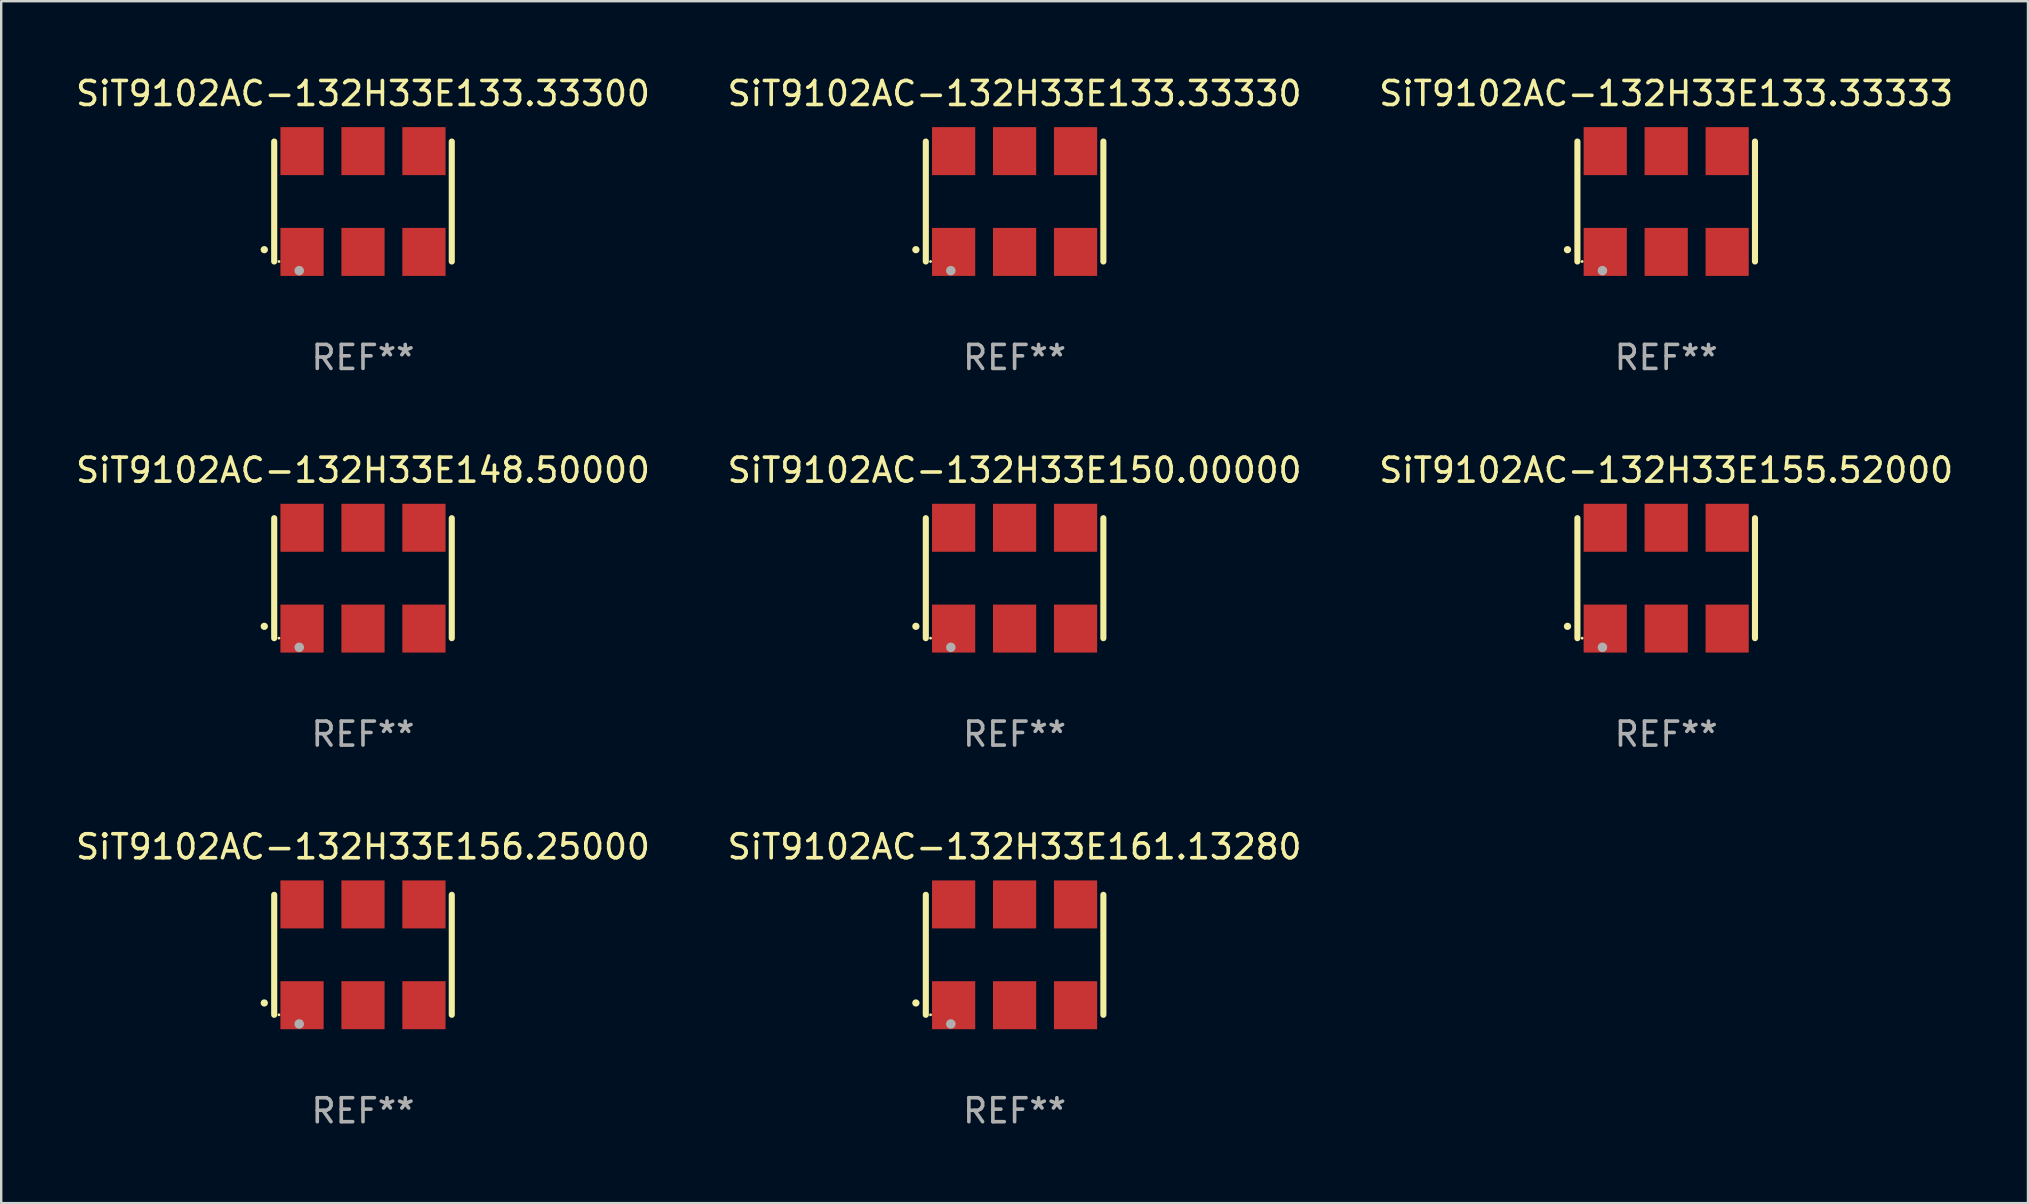
<source format=kicad_pcb>
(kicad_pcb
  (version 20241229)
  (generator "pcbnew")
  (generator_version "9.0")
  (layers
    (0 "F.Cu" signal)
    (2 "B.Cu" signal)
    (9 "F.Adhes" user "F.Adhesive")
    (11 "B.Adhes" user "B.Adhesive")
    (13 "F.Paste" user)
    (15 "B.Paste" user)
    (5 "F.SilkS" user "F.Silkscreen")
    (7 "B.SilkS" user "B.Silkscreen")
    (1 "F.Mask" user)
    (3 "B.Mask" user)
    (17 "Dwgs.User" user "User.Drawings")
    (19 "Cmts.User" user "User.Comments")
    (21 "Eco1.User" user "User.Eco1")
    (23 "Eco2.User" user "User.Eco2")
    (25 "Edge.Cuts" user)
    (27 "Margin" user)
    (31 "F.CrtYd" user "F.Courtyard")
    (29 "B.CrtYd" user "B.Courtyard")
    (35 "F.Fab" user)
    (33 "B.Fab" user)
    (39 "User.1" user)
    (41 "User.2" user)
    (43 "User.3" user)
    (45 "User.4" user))
  (footprint "SiT9102AC-132H33E161.13280"
    (layer "F.Cu")
    (at 39.232 36.741)
    (property "Reference" "SiT9102AC-132H33E161.13280" (at 0 -4.5 0) (layer "F.SilkS") (effects (font (size 1 1) (thickness 0.15))))
    (attr through_hole)
    (fp_line (start -3.7 -2.5) (end -3.7 2.5) (stroke (width 0.254) (type solid)) (layer "F.SilkS"))
    (fp_line (start 3.7 -2.5) (end 3.7 2.5) (stroke (width 0.254) (type solid)) (layer "F.SilkS"))
    (fp_arc (start -4.114415 2.006604) (mid -4.113145 2.006599) (end -4.111875 2.006604) (stroke (width 0.3) (type solid)) (layer "F.SilkS"))
    (fp_circle (center -3.502 2.5) (end -3.472 2.5) (stroke (width 0.06) (type solid)) (fill no) (layer "F.SilkS"))
    (fp_circle (center -2.657 2.882) (end -2.557 2.882) (stroke (width 0.2) (type solid)) (fill no) (layer "F.Fab"))
    (fp_text user "REF**" (at 0 6.5 0) (layer "F.Fab") (effects (font (size 1 1) (thickness 0.15))))
    (pad "1" smd rect (at -2.54 2.1) (size 1.8 2) (layers "F.Cu" "F.Mask" "F.Paste"))
    (pad "2" smd rect (at 0.000394 2.1) (size 1.8 2) (layers "F.Cu" "F.Mask" "F.Paste"))
    (pad "3" smd rect (at 2.54 2.1) (size 1.8 2) (layers "F.Cu" "F.Mask" "F.Paste"))
    (pad "4" smd rect (at 2.54 -2.1) (size 1.8 2) (layers "F.Cu" "F.Mask" "F.Paste"))
    (pad "5" smd rect (at 0.000394 -2.1) (size 1.8 2) (layers "F.Cu" "F.Mask" "F.Paste"))
    (pad "6" smd rect (at -2.54 -2.1) (size 1.8 2) (layers "F.Cu" "F.Mask" "F.Paste")))
  (footprint "SiT9102AC-132H33E133.33333"
    (layer "F.Cu")
    (at 66.387 5.348)
    (property "Reference" "SiT9102AC-132H33E133.33333" (at 0 -4.5 0) (layer "F.SilkS") (effects (font (size 1 1) (thickness 0.15))))
    (attr through_hole)
    (fp_line (start -3.7 -2.5) (end -3.7 2.5) (stroke (width 0.254) (type solid)) (layer "F.SilkS"))
    (fp_line (start 3.7 -2.5) (end 3.7 2.5) (stroke (width 0.254) (type solid)) (layer "F.SilkS"))
    (fp_arc (start -4.114415 2.006604) (mid -4.113145 2.006599) (end -4.111875 2.006604) (stroke (width 0.3) (type solid)) (layer "F.SilkS"))
    (fp_circle (center -3.502 2.5) (end -3.472 2.5) (stroke (width 0.06) (type solid)) (fill no) (layer "F.SilkS"))
    (fp_circle (center -2.657 2.882) (end -2.557 2.882) (stroke (width 0.2) (type solid)) (fill no) (layer "F.Fab"))
    (fp_text user "REF**" (at 0 6.5 0) (layer "F.Fab") (effects (font (size 1 1) (thickness 0.15))))
    (pad "1" smd rect (at -2.54 2.1) (size 1.8 2) (layers "F.Cu" "F.Mask" "F.Paste"))
    (pad "2" smd rect (at 0.000394 2.1) (size 1.8 2) (layers "F.Cu" "F.Mask" "F.Paste"))
    (pad "3" smd rect (at 2.54 2.1) (size 1.8 2) (layers "F.Cu" "F.Mask" "F.Paste"))
    (pad "4" smd rect (at 2.54 -2.1) (size 1.8 2) (layers "F.Cu" "F.Mask" "F.Paste"))
    (pad "5" smd rect (at 0.000394 -2.1) (size 1.8 2) (layers "F.Cu" "F.Mask" "F.Paste"))
    (pad "6" smd rect (at -2.54 -2.1) (size 1.8 2) (layers "F.Cu" "F.Mask" "F.Paste")))
  (footprint "SiT9102AC-132H33E156.25000"
    (layer "F.Cu")
    (at 12.077 36.741)
    (property "Reference" "SiT9102AC-132H33E156.25000" (at 0 -4.5 0) (layer "F.SilkS") (effects (font (size 1 1) (thickness 0.15))))
    (attr through_hole)
    (fp_line (start -3.7 -2.5) (end -3.7 2.5) (stroke (width 0.254) (type solid)) (layer "F.SilkS"))
    (fp_line (start 3.7 -2.5) (end 3.7 2.5) (stroke (width 0.254) (type solid)) (layer "F.SilkS"))
    (fp_arc (start -4.114415 2.006604) (mid -4.113145 2.006599) (end -4.111875 2.006604) (stroke (width 0.3) (type solid)) (layer "F.SilkS"))
    (fp_circle (center -3.502 2.5) (end -3.472 2.5) (stroke (width 0.06) (type solid)) (fill no) (layer "F.SilkS"))
    (fp_circle (center -2.657 2.882) (end -2.557 2.882) (stroke (width 0.2) (type solid)) (fill no) (layer "F.Fab"))
    (fp_text user "REF**" (at 0 6.5 0) (layer "F.Fab") (effects (font (size 1 1) (thickness 0.15))))
    (pad "1" smd rect (at -2.54 2.1) (size 1.8 2) (layers "F.Cu" "F.Mask" "F.Paste"))
    (pad "2" smd rect (at 0.000394 2.1) (size 1.8 2) (layers "F.Cu" "F.Mask" "F.Paste"))
    (pad "3" smd rect (at 2.54 2.1) (size 1.8 2) (layers "F.Cu" "F.Mask" "F.Paste"))
    (pad "4" smd rect (at 2.54 -2.1) (size 1.8 2) (layers "F.Cu" "F.Mask" "F.Paste"))
    (pad "5" smd rect (at 0.000394 -2.1) (size 1.8 2) (layers "F.Cu" "F.Mask" "F.Paste"))
    (pad "6" smd rect (at -2.54 -2.1) (size 1.8 2) (layers "F.Cu" "F.Mask" "F.Paste")))
  (footprint "SiT9102AC-132H33E133.33330"
    (layer "F.Cu")
    (at 39.232 5.348)
    (property "Reference" "SiT9102AC-132H33E133.33330" (at 0 -4.5 0) (layer "F.SilkS") (effects (font (size 1 1) (thickness 0.15))))
    (attr through_hole)
    (fp_line (start -3.7 -2.5) (end -3.7 2.5) (stroke (width 0.254) (type solid)) (layer "F.SilkS"))
    (fp_line (start 3.7 -2.5) (end 3.7 2.5) (stroke (width 0.254) (type solid)) (layer "F.SilkS"))
    (fp_arc (start -4.114415 2.006604) (mid -4.113145 2.006599) (end -4.111875 2.006604) (stroke (width 0.3) (type solid)) (layer "F.SilkS"))
    (fp_circle (center -3.502 2.5) (end -3.472 2.5) (stroke (width 0.06) (type solid)) (fill no) (layer "F.SilkS"))
    (fp_circle (center -2.657 2.882) (end -2.557 2.882) (stroke (width 0.2) (type solid)) (fill no) (layer "F.Fab"))
    (fp_text user "REF**" (at 0 6.5 0) (layer "F.Fab") (effects (font (size 1 1) (thickness 0.15))))
    (pad "1" smd rect (at -2.54 2.1) (size 1.8 2) (layers "F.Cu" "F.Mask" "F.Paste"))
    (pad "2" smd rect (at 0.000394 2.1) (size 1.8 2) (layers "F.Cu" "F.Mask" "F.Paste"))
    (pad "3" smd rect (at 2.54 2.1) (size 1.8 2) (layers "F.Cu" "F.Mask" "F.Paste"))
    (pad "4" smd rect (at 2.54 -2.1) (size 1.8 2) (layers "F.Cu" "F.Mask" "F.Paste"))
    (pad "5" smd rect (at 0.000394 -2.1) (size 1.8 2) (layers "F.Cu" "F.Mask" "F.Paste"))
    (pad "6" smd rect (at -2.54 -2.1) (size 1.8 2) (layers "F.Cu" "F.Mask" "F.Paste")))
  (footprint "SiT9102AC-132H33E155.52000"
    (layer "F.Cu")
    (at 66.387 21.045)
    (property "Reference" "SiT9102AC-132H33E155.52000" (at 0 -4.5 0) (layer "F.SilkS") (effects (font (size 1 1) (thickness 0.15))))
    (attr through_hole)
    (fp_line (start -3.7 -2.5) (end -3.7 2.5) (stroke (width 0.254) (type solid)) (layer "F.SilkS"))
    (fp_line (start 3.7 -2.5) (end 3.7 2.5) (stroke (width 0.254) (type solid)) (layer "F.SilkS"))
    (fp_arc (start -4.114415 2.006604) (mid -4.113145 2.006599) (end -4.111875 2.006604) (stroke (width 0.3) (type solid)) (layer "F.SilkS"))
    (fp_circle (center -3.502 2.5) (end -3.472 2.5) (stroke (width 0.06) (type solid)) (fill no) (layer "F.SilkS"))
    (fp_circle (center -2.657 2.882) (end -2.557 2.882) (stroke (width 0.2) (type solid)) (fill no) (layer "F.Fab"))
    (fp_text user "REF**" (at 0 6.5 0) (layer "F.Fab") (effects (font (size 1 1) (thickness 0.15))))
    (pad "1" smd rect (at -2.54 2.1) (size 1.8 2) (layers "F.Cu" "F.Mask" "F.Paste"))
    (pad "2" smd rect (at 0.000394 2.1) (size 1.8 2) (layers "F.Cu" "F.Mask" "F.Paste"))
    (pad "3" smd rect (at 2.54 2.1) (size 1.8 2) (layers "F.Cu" "F.Mask" "F.Paste"))
    (pad "4" smd rect (at 2.54 -2.1) (size 1.8 2) (layers "F.Cu" "F.Mask" "F.Paste"))
    (pad "5" smd rect (at 0.000394 -2.1) (size 1.8 2) (layers "F.Cu" "F.Mask" "F.Paste"))
    (pad "6" smd rect (at -2.54 -2.1) (size 1.8 2) (layers "F.Cu" "F.Mask" "F.Paste")))
  (footprint "SiT9102AC-132H33E133.33300"
    (layer "F.Cu")
    (at 12.077 5.348)
    (property "Reference" "SiT9102AC-132H33E133.33300" (at 0 -4.5 0) (layer "F.SilkS") (effects (font (size 1 1) (thickness 0.15))))
    (attr through_hole)
    (fp_line (start -3.7 -2.5) (end -3.7 2.5) (stroke (width 0.254) (type solid)) (layer "F.SilkS"))
    (fp_line (start 3.7 -2.5) (end 3.7 2.5) (stroke (width 0.254) (type solid)) (layer "F.SilkS"))
    (fp_arc (start -4.114415 2.006604) (mid -4.113145 2.006599) (end -4.111875 2.006604) (stroke (width 0.3) (type solid)) (layer "F.SilkS"))
    (fp_circle (center -3.502 2.5) (end -3.472 2.5) (stroke (width 0.06) (type solid)) (fill no) (layer "F.SilkS"))
    (fp_circle (center -2.657 2.882) (end -2.557 2.882) (stroke (width 0.2) (type solid)) (fill no) (layer "F.Fab"))
    (fp_text user "REF**" (at 0 6.5 0) (layer "F.Fab") (effects (font (size 1 1) (thickness 0.15))))
    (pad "1" smd rect (at -2.54 2.1) (size 1.8 2) (layers "F.Cu" "F.Mask" "F.Paste"))
    (pad "2" smd rect (at 0.000394 2.1) (size 1.8 2) (layers "F.Cu" "F.Mask" "F.Paste"))
    (pad "3" smd rect (at 2.54 2.1) (size 1.8 2) (layers "F.Cu" "F.Mask" "F.Paste"))
    (pad "4" smd rect (at 2.54 -2.1) (size 1.8 2) (layers "F.Cu" "F.Mask" "F.Paste"))
    (pad "5" smd rect (at 0.000394 -2.1) (size 1.8 2) (layers "F.Cu" "F.Mask" "F.Paste"))
    (pad "6" smd rect (at -2.54 -2.1) (size 1.8 2) (layers "F.Cu" "F.Mask" "F.Paste")))
  (footprint "SiT9102AC-132H33E148.50000"
    (layer "F.Cu")
    (at 12.077 21.045)
    (property "Reference" "SiT9102AC-132H33E148.50000" (at 0 -4.5 0) (layer "F.SilkS") (effects (font (size 1 1) (thickness 0.15))))
    (attr through_hole)
    (fp_line (start -3.7 -2.5) (end -3.7 2.5) (stroke (width 0.254) (type solid)) (layer "F.SilkS"))
    (fp_line (start 3.7 -2.5) (end 3.7 2.5) (stroke (width 0.254) (type solid)) (layer "F.SilkS"))
    (fp_arc (start -4.114415 2.006604) (mid -4.113145 2.006599) (end -4.111875 2.006604) (stroke (width 0.3) (type solid)) (layer "F.SilkS"))
    (fp_circle (center -3.502 2.5) (end -3.472 2.5) (stroke (width 0.06) (type solid)) (fill no) (layer "F.SilkS"))
    (fp_circle (center -2.657 2.882) (end -2.557 2.882) (stroke (width 0.2) (type solid)) (fill no) (layer "F.Fab"))
    (fp_text user "REF**" (at 0 6.5 0) (layer "F.Fab") (effects (font (size 1 1) (thickness 0.15))))
    (pad "1" smd rect (at -2.54 2.1) (size 1.8 2) (layers "F.Cu" "F.Mask" "F.Paste"))
    (pad "2" smd rect (at 0.000394 2.1) (size 1.8 2) (layers "F.Cu" "F.Mask" "F.Paste"))
    (pad "3" smd rect (at 2.54 2.1) (size 1.8 2) (layers "F.Cu" "F.Mask" "F.Paste"))
    (pad "4" smd rect (at 2.54 -2.1) (size 1.8 2) (layers "F.Cu" "F.Mask" "F.Paste"))
    (pad "5" smd rect (at 0.000394 -2.1) (size 1.8 2) (layers "F.Cu" "F.Mask" "F.Paste"))
    (pad "6" smd rect (at -2.54 -2.1) (size 1.8 2) (layers "F.Cu" "F.Mask" "F.Paste")))
  (footprint "SiT9102AC-132H33E150.00000"
    (layer "F.Cu")
    (at 39.232 21.045)
    (property "Reference" "SiT9102AC-132H33E150.00000" (at 0 -4.5 0) (layer "F.SilkS") (effects (font (size 1 1) (thickness 0.15))))
    (attr through_hole)
    (fp_line (start -3.7 -2.5) (end -3.7 2.5) (stroke (width 0.254) (type solid)) (layer "F.SilkS"))
    (fp_line (start 3.7 -2.5) (end 3.7 2.5) (stroke (width 0.254) (type solid)) (layer "F.SilkS"))
    (fp_arc (start -4.114415 2.006604) (mid -4.113145 2.006599) (end -4.111875 2.006604) (stroke (width 0.3) (type solid)) (layer "F.SilkS"))
    (fp_circle (center -3.502 2.5) (end -3.472 2.5) (stroke (width 0.06) (type solid)) (fill no) (layer "F.SilkS"))
    (fp_circle (center -2.657 2.882) (end -2.557 2.882) (stroke (width 0.2) (type solid)) (fill no) (layer "F.Fab"))
    (fp_text user "REF**" (at 0 6.5 0) (layer "F.Fab") (effects (font (size 1 1) (thickness 0.15))))
    (pad "1" smd rect (at -2.54 2.1) (size 1.8 2) (layers "F.Cu" "F.Mask" "F.Paste"))
    (pad "2" smd rect (at 0.000394 2.1) (size 1.8 2) (layers "F.Cu" "F.Mask" "F.Paste"))
    (pad "3" smd rect (at 2.54 2.1) (size 1.8 2) (layers "F.Cu" "F.Mask" "F.Paste"))
    (pad "4" smd rect (at 2.54 -2.1) (size 1.8 2) (layers "F.Cu" "F.Mask" "F.Paste"))
    (pad "5" smd rect (at 0.000394 -2.1) (size 1.8 2) (layers "F.Cu" "F.Mask" "F.Paste"))
    (pad "6" smd rect (at -2.54 -2.1) (size 1.8 2) (layers "F.Cu" "F.Mask" "F.Paste")))
  (gr_rect
    (start -3 -3)
    (end 81.464 47.09)
    (stroke (width 0.1) (type default))
    (fill no)
    (layer "Edge.Cuts")))
</source>
